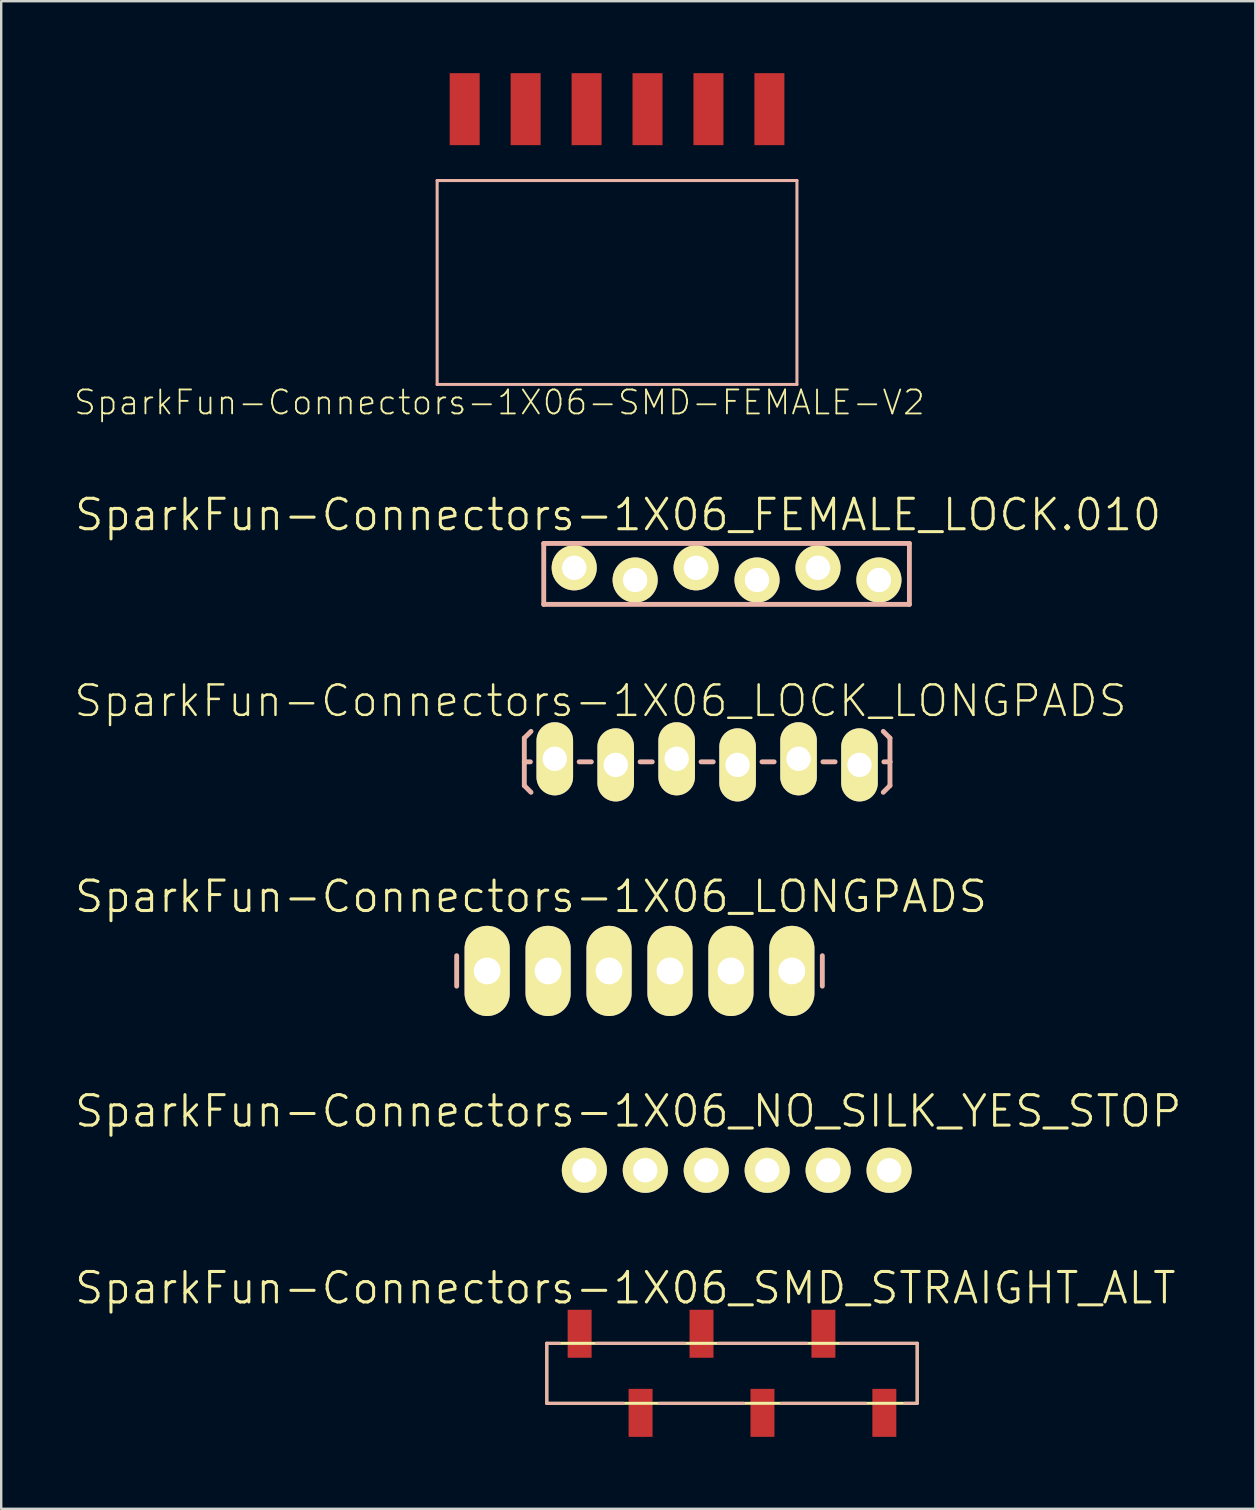
<source format=kicad_pcb>
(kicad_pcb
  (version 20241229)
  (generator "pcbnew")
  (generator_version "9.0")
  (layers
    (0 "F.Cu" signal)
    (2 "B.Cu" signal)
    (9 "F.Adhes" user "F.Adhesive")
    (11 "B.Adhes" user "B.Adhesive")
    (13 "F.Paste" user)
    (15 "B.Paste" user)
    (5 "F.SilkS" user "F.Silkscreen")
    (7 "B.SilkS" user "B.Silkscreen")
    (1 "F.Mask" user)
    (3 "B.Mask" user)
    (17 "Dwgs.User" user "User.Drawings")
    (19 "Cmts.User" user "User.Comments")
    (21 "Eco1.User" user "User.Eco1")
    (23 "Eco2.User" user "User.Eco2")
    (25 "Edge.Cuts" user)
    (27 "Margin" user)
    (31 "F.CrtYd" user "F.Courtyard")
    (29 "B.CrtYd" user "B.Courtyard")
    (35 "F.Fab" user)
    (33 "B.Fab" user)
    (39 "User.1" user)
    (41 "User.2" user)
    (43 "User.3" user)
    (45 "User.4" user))
  (footprint "SparkFun-Connectors-1X06_NO_SILK_YES_STOP"
    (layer "F.Cu")
    (at 21.306 45.727)
    (property "Reference" "SparkFun-Connectors-1X06_NO_SILK_YES_STOP" (at 1.829 -2.464 0) (layer "F.SilkS") (effects (font (size 1.27 1.27) (thickness 0.127))))
    (attr exclude_from_pos_files exclude_from_bom)
    (fp_line (start -0.254 -0.254) (end 0.254 -0.254) (stroke (width 0.066) (type solid)) (layer "F.SilkS"))
    (fp_line (start -0.254 0.254) (end -0.254 -0.254) (stroke (width 0.066) (type solid)) (layer "F.SilkS"))
    (fp_line (start -0.254 0.254) (end 0.254 0.254) (stroke (width 0.066) (type solid)) (layer "F.SilkS"))
    (fp_line (start 0.254 0.254) (end 0.254 -0.254) (stroke (width 0.066) (type solid)) (layer "F.SilkS"))
    (fp_line (start 2.286 -0.254) (end 2.794 -0.254) (stroke (width 0.066) (type solid)) (layer "F.SilkS"))
    (fp_line (start 2.286 0.254) (end 2.286 -0.254) (stroke (width 0.066) (type solid)) (layer "F.SilkS"))
    (fp_line (start 2.286 0.254) (end 2.794 0.254) (stroke (width 0.066) (type solid)) (layer "F.SilkS"))
    (fp_line (start 2.794 0.254) (end 2.794 -0.254) (stroke (width 0.066) (type solid)) (layer "F.SilkS"))
    (fp_line (start 4.826 -0.254) (end 5.334 -0.254) (stroke (width 0.066) (type solid)) (layer "F.SilkS"))
    (fp_line (start 4.826 0.254) (end 4.826 -0.254) (stroke (width 0.066) (type solid)) (layer "F.SilkS"))
    (fp_line (start 4.826 0.254) (end 5.334 0.254) (stroke (width 0.066) (type solid)) (layer "F.SilkS"))
    (fp_line (start 5.334 0.254) (end 5.334 -0.254) (stroke (width 0.066) (type solid)) (layer "F.SilkS"))
    (fp_line (start 7.366 -0.254) (end 7.874 -0.254) (stroke (width 0.066) (type solid)) (layer "F.SilkS"))
    (fp_line (start 7.366 0.254) (end 7.366 -0.254) (stroke (width 0.066) (type solid)) (layer "F.SilkS"))
    (fp_line (start 7.366 0.254) (end 7.874 0.254) (stroke (width 0.066) (type solid)) (layer "F.SilkS"))
    (fp_line (start 7.874 0.254) (end 7.874 -0.254) (stroke (width 0.066) (type solid)) (layer "F.SilkS"))
    (fp_line (start 9.906 -0.254) (end 10.414 -0.254) (stroke (width 0.066) (type solid)) (layer "F.SilkS"))
    (fp_line (start 9.906 0.254) (end 9.906 -0.254) (stroke (width 0.066) (type solid)) (layer "F.SilkS"))
    (fp_line (start 9.906 0.254) (end 10.414 0.254) (stroke (width 0.066) (type solid)) (layer "F.SilkS"))
    (fp_line (start 10.414 0.254) (end 10.414 -0.254) (stroke (width 0.066) (type solid)) (layer "F.SilkS"))
    (fp_line (start 12.446 -0.254) (end 12.954 -0.254) (stroke (width 0.066) (type solid)) (layer "F.SilkS"))
    (fp_line (start 12.446 0.254) (end 12.446 -0.254) (stroke (width 0.066) (type solid)) (layer "F.SilkS"))
    (fp_line (start 12.446 0.254) (end 12.954 0.254) (stroke (width 0.066) (type solid)) (layer "F.SilkS"))
    (fp_line (start 12.954 0.254) (end 12.954 -0.254) (stroke (width 0.066) (type solid)) (layer "F.SilkS"))
    (pad "1" thru_hole circle (at 0 0) (size 1.88 1.88) (drill 1.016) (layers "*.Cu" "F.Mask" "F.SilkS" "F.Paste"))
    (pad "2" thru_hole circle (at 2.54 0) (size 1.88 1.88) (drill 1.016) (layers "*.Cu" "F.Mask" "F.SilkS" "F.Paste"))
    (pad "3" thru_hole circle (at 5.08 0) (size 1.88 1.88) (drill 1.016) (layers "*.Cu" "F.Mask" "F.SilkS" "F.Paste"))
    (pad "4" thru_hole circle (at 7.62 0) (size 1.88 1.88) (drill 1.016) (layers "*.Cu" "F.Mask" "F.SilkS" "F.Paste"))
    (pad "5" thru_hole circle (at 10.16 0) (size 1.88 1.88) (drill 1.016) (layers "*.Cu" "F.Mask" "F.SilkS" "F.Paste"))
    (pad "6" thru_hole circle (at 12.7 0) (size 1.88 1.88) (drill 1.016) (layers "*.Cu" "F.Mask" "F.SilkS" "F.Paste")))
  (footprint "SparkFun-Connectors-1X06-SMD-FEMALE-V2"
    (layer "F.Cu")
    (at 22.668 4.924)
    (property "Reference" "SparkFun-Connectors-1X06-SMD-FEMALE-V2" (at -4.9 8.799 0) (layer "F.SilkS") (effects (font (size 0.998 0.998) (thickness 0.076))))
    (attr smd)
    (fp_line (start -7.498 -0.45) (end -7.498 8.049) (stroke (width 0.127) (type solid)) (layer "B.SilkS"))
    (fp_line (start -7.498 8.049) (end 7.498 8.049) (stroke (width 0.127) (type solid)) (layer "B.SilkS"))
    (fp_line (start 7.498 -0.45) (end -7.498 -0.45) (stroke (width 0.127) (type solid)) (layer "B.SilkS"))
    (fp_line (start 7.498 8.049) (end 7.498 -0.45) (stroke (width 0.127) (type solid)) (layer "B.SilkS"))
    (pad "1" smd rect (at 6.35 -3.424 180) (size 1.25 3) (layers "F.Cu" "F.Mask" "F.Paste"))
    (pad "2" smd rect (at 3.81 -3.424 180) (size 1.25 3) (layers "F.Cu" "F.Mask" "F.Paste"))
    (pad "3" smd rect (at 1.27 -3.424 180) (size 1.25 3) (layers "F.Cu" "F.Mask" "F.Paste"))
    (pad "4" smd rect (at -1.27 -3.424 180) (size 1.25 3) (layers "F.Cu" "F.Mask" "F.Paste"))
    (pad "5" smd rect (at -3.81 -3.424 180) (size 1.25 3) (layers "F.Cu" "F.Mask" "F.Paste"))
    (pad "6" smd rect (at -6.35 -3.424 180) (size 1.25 3) (layers "F.Cu" "F.Mask" "F.Paste")))
  (footprint "SparkFun-Connectors-1X06_LONGPADS"
    (layer "F.Cu")
    (at 17.254 37.418)
    (property "Reference" "SparkFun-Connectors-1X06_LONGPADS" (at 1.829 -3.099 0) (layer "F.SilkS") (effects (font (size 1.27 1.27) (thickness 0.127))))
    (attr exclude_from_pos_files exclude_from_bom)
    (fp_line (start -0.254 -0.254) (end 0.254 -0.254) (stroke (width 0.066) (type solid)) (layer "F.SilkS"))
    (fp_line (start -0.254 0.254) (end -0.254 -0.254) (stroke (width 0.066) (type solid)) (layer "F.SilkS"))
    (fp_line (start -0.254 0.254) (end 0.254 0.254) (stroke (width 0.066) (type solid)) (layer "F.SilkS"))
    (fp_line (start 0.254 0.254) (end 0.254 -0.254) (stroke (width 0.066) (type solid)) (layer "F.SilkS"))
    (fp_line (start 2.286 -0.254) (end 2.794 -0.254) (stroke (width 0.066) (type solid)) (layer "F.SilkS"))
    (fp_line (start 2.286 0.254) (end 2.286 -0.254) (stroke (width 0.066) (type solid)) (layer "F.SilkS"))
    (fp_line (start 2.286 0.254) (end 2.794 0.254) (stroke (width 0.066) (type solid)) (layer "F.SilkS"))
    (fp_line (start 2.794 0.254) (end 2.794 -0.254) (stroke (width 0.066) (type solid)) (layer "F.SilkS"))
    (fp_line (start 4.826 -0.254) (end 5.334 -0.254) (stroke (width 0.066) (type solid)) (layer "F.SilkS"))
    (fp_line (start 4.826 0.254) (end 4.826 -0.254) (stroke (width 0.066) (type solid)) (layer "F.SilkS"))
    (fp_line (start 4.826 0.254) (end 5.334 0.254) (stroke (width 0.066) (type solid)) (layer "F.SilkS"))
    (fp_line (start 5.334 0.254) (end 5.334 -0.254) (stroke (width 0.066) (type solid)) (layer "F.SilkS"))
    (fp_line (start 7.366 -0.254) (end 7.874 -0.254) (stroke (width 0.066) (type solid)) (layer "F.SilkS"))
    (fp_line (start 7.366 0.254) (end 7.366 -0.254) (stroke (width 0.066) (type solid)) (layer "F.SilkS"))
    (fp_line (start 7.366 0.254) (end 7.874 0.254) (stroke (width 0.066) (type solid)) (layer "F.SilkS"))
    (fp_line (start 7.874 0.254) (end 7.874 -0.254) (stroke (width 0.066) (type solid)) (layer "F.SilkS"))
    (fp_line (start 9.906 -0.254) (end 10.414 -0.254) (stroke (width 0.066) (type solid)) (layer "F.SilkS"))
    (fp_line (start 9.906 0.254) (end 9.906 -0.254) (stroke (width 0.066) (type solid)) (layer "F.SilkS"))
    (fp_line (start 9.906 0.254) (end 10.414 0.254) (stroke (width 0.066) (type solid)) (layer "F.SilkS"))
    (fp_line (start 10.414 0.254) (end 10.414 -0.254) (stroke (width 0.066) (type solid)) (layer "F.SilkS"))
    (fp_line (start 12.446 -0.254) (end 12.954 -0.254) (stroke (width 0.066) (type solid)) (layer "F.SilkS"))
    (fp_line (start 12.446 0.254) (end 12.446 -0.254) (stroke (width 0.066) (type solid)) (layer "F.SilkS"))
    (fp_line (start 12.446 0.254) (end 12.954 0.254) (stroke (width 0.066) (type solid)) (layer "F.SilkS"))
    (fp_line (start 12.954 0.254) (end 12.954 -0.254) (stroke (width 0.066) (type solid)) (layer "F.SilkS"))
    (fp_line (start -1.27 -0.635) (end -1.27 0.635) (stroke (width 0.203) (type solid)) (layer "B.SilkS"))
    (fp_line (start 13.97 -0.635) (end 13.97 0.635) (stroke (width 0.203) (type solid)) (layer "B.SilkS"))
    (pad "1" thru_hole oval (at 0 0 180) (size 1.88 3.759) (drill 1.118) (layers "*.Cu" "F.Mask" "F.SilkS" "F.Paste"))
    (pad "2" thru_hole oval (at 2.54 0 180) (size 1.88 3.759) (drill 1.118) (layers "*.Cu" "F.Mask" "F.SilkS" "F.Paste"))
    (pad "3" thru_hole oval (at 5.08 0 180) (size 1.88 3.759) (drill 1.118) (layers "*.Cu" "F.Mask" "F.SilkS" "F.Paste"))
    (pad "4" thru_hole oval (at 7.62 0 180) (size 1.88 3.759) (drill 1.118) (layers "*.Cu" "F.Mask" "F.SilkS" "F.Paste"))
    (pad "5" thru_hole oval (at 10.16 0 180) (size 1.88 3.759) (drill 1.118) (layers "*.Cu" "F.Mask" "F.SilkS" "F.Paste"))
    (pad "6" thru_hole oval (at 12.7 0 180) (size 1.88 3.759) (drill 1.118) (layers "*.Cu" "F.Mask" "F.SilkS" "F.Paste")))
  (footprint "SparkFun-Connectors-1X06_LOCK_LONGPADS"
    (layer "F.Cu")
    (at 20.073 28.576)
    (property "Reference" "SparkFun-Connectors-1X06_LOCK_LONGPADS" (at 1.905 -2.413 0) (layer "F.SilkS") (effects (font (size 1.27 1.27) (thickness 0.102))))
    (attr exclude_from_pos_files exclude_from_bom)
    (fp_line (start -0.292 -0.165) (end 0.292 -0.165) (stroke (width 0.066) (type solid)) (layer "F.SilkS"))
    (fp_line (start -0.292 0.419) (end -0.292 -0.165) (stroke (width 0.066) (type solid)) (layer "F.SilkS"))
    (fp_line (start -0.292 0.419) (end 0.292 0.419) (stroke (width 0.066) (type solid)) (layer "F.SilkS"))
    (fp_line (start 0.292 0.419) (end 0.292 -0.165) (stroke (width 0.066) (type solid)) (layer "F.SilkS"))
    (fp_line (start 2.248 -0.165) (end 2.832 -0.165) (stroke (width 0.066) (type solid)) (layer "F.SilkS"))
    (fp_line (start 2.248 0.419) (end 2.248 -0.165) (stroke (width 0.066) (type solid)) (layer "F.SilkS"))
    (fp_line (start 2.248 0.419) (end 2.832 0.419) (stroke (width 0.066) (type solid)) (layer "F.SilkS"))
    (fp_line (start 2.832 0.419) (end 2.832 -0.165) (stroke (width 0.066) (type solid)) (layer "F.SilkS"))
    (fp_line (start 4.788 -0.165) (end 5.372 -0.165) (stroke (width 0.066) (type solid)) (layer "F.SilkS"))
    (fp_line (start 4.788 0.419) (end 4.788 -0.165) (stroke (width 0.066) (type solid)) (layer "F.SilkS"))
    (fp_line (start 4.788 0.419) (end 5.372 0.419) (stroke (width 0.066) (type solid)) (layer "F.SilkS"))
    (fp_line (start 5.372 0.419) (end 5.372 -0.165) (stroke (width 0.066) (type solid)) (layer "F.SilkS"))
    (fp_line (start 7.328 -0.165) (end 7.912 -0.165) (stroke (width 0.066) (type solid)) (layer "F.SilkS"))
    (fp_line (start 7.328 0.419) (end 7.328 -0.165) (stroke (width 0.066) (type solid)) (layer "F.SilkS"))
    (fp_line (start 7.328 0.419) (end 7.912 0.419) (stroke (width 0.066) (type solid)) (layer "F.SilkS"))
    (fp_line (start 7.912 0.419) (end 7.912 -0.165) (stroke (width 0.066) (type solid)) (layer "F.SilkS"))
    (fp_line (start 9.868 -0.165) (end 10.452 -0.165) (stroke (width 0.066) (type solid)) (layer "F.SilkS"))
    (fp_line (start 9.868 0.419) (end 9.868 -0.165) (stroke (width 0.066) (type solid)) (layer "F.SilkS"))
    (fp_line (start 9.868 0.419) (end 10.452 0.419) (stroke (width 0.066) (type solid)) (layer "F.SilkS"))
    (fp_line (start 10.452 0.419) (end 10.452 -0.165) (stroke (width 0.066) (type solid)) (layer "F.SilkS"))
    (fp_line (start 12.408 -0.165) (end 12.992 -0.165) (stroke (width 0.066) (type solid)) (layer "F.SilkS"))
    (fp_line (start 12.408 0.419) (end 12.408 -0.165) (stroke (width 0.066) (type solid)) (layer "F.SilkS"))
    (fp_line (start 12.408 0.419) (end 12.992 0.419) (stroke (width 0.066) (type solid)) (layer "F.SilkS"))
    (fp_line (start 12.992 0.419) (end 12.992 -0.165) (stroke (width 0.066) (type solid)) (layer "F.SilkS"))
    (fp_line (start -1.27 -0.864) (end -0.991 -1.143) (stroke (width 0.203) (type solid)) (layer "B.SilkS"))
    (fp_line (start -1.27 0.127) (end -1.27 -0.864) (stroke (width 0.203) (type solid)) (layer "B.SilkS"))
    (fp_line (start -1.27 0.127) (end -1.27 1.118) (stroke (width 0.203) (type solid)) (layer "B.SilkS"))
    (fp_line (start -1.27 0.127) (end -1.016 0.127) (stroke (width 0.203) (type solid)) (layer "B.SilkS"))
    (fp_line (start -1.27 1.118) (end -0.991 1.397) (stroke (width 0.203) (type solid)) (layer "B.SilkS"))
    (fp_line (start 1.524 0.127) (end 1.016 0.127) (stroke (width 0.203) (type solid)) (layer "B.SilkS"))
    (fp_line (start 4.064 0.127) (end 3.556 0.127) (stroke (width 0.203) (type solid)) (layer "B.SilkS"))
    (fp_line (start 6.604 0.127) (end 6.096 0.127) (stroke (width 0.203) (type solid)) (layer "B.SilkS"))
    (fp_line (start 9.144 0.127) (end 8.636 0.127) (stroke (width 0.203) (type solid)) (layer "B.SilkS"))
    (fp_line (start 11.684 0.127) (end 11.176 0.127) (stroke (width 0.203) (type solid)) (layer "B.SilkS"))
    (fp_line (start 13.97 -0.864) (end 13.691 -1.143) (stroke (width 0.203) (type solid)) (layer "B.SilkS"))
    (fp_line (start 13.97 0.127) (end 13.716 0.127) (stroke (width 0.203) (type solid)) (layer "B.SilkS"))
    (fp_line (start 13.97 0.127) (end 13.97 -0.864) (stroke (width 0.203) (type solid)) (layer "B.SilkS"))
    (fp_line (start 13.97 0.127) (end 13.97 1.118) (stroke (width 0.203) (type solid)) (layer "B.SilkS"))
    (fp_line (start 13.97 1.118) (end 13.691 1.397) (stroke (width 0.203) (type solid)) (layer "B.SilkS"))
    (pad "1" thru_hole oval (at 0 0 180) (size 1.524 3.048) (drill 1.016) (layers "*.Cu" "F.Mask" "F.SilkS" "F.Paste"))
    (pad "2" thru_hole oval (at 2.54 0.254 180) (size 1.524 3.048) (drill 1.016) (layers "*.Cu" "F.Mask" "F.SilkS" "F.Paste"))
    (pad "3" thru_hole oval (at 5.08 0 180) (size 1.524 3.048) (drill 1.016) (layers "*.Cu" "F.Mask" "F.SilkS" "F.Paste"))
    (pad "4" thru_hole oval (at 7.62 0.254 180) (size 1.524 3.048) (drill 1.016) (layers "*.Cu" "F.Mask" "F.SilkS" "F.Paste"))
    (pad "5" thru_hole oval (at 10.16 0 180) (size 1.524 3.048) (drill 1.016) (layers "*.Cu" "F.Mask" "F.SilkS" "F.Paste"))
    (pad "6" thru_hole oval (at 12.7 0.254 180) (size 1.524 3.048) (drill 1.016) (layers "*.Cu" "F.Mask" "F.SilkS" "F.Paste")))
  (footprint "SparkFun-Connectors-1X06_SMD_STRAIGHT_ALT"
    (layer "F.Cu")
    (at 33.809 54.189)
    (property "Reference" "SparkFun-Connectors-1X06_SMD_STRAIGHT_ALT" (at -10.795 -3.556 0) (layer "F.SilkS") (effects (font (size 1.27 1.27) (thickness 0.127))))
    (attr smd)
    (fp_line (start -14.069 -1.25) (end -14.069 1.25) (stroke (width 0.127) (type solid)) (layer "F.SilkS"))
    (fp_line (start -14.069 1.25) (end 1.369 1.25) (stroke (width 0.127) (type solid)) (layer "F.SilkS"))
    (fp_line (start 1.369 -1.25) (end -14.069 -1.25) (stroke (width 0.127) (type solid)) (layer "F.SilkS"))
    (fp_line (start 1.369 1.25) (end 1.369 -1.25) (stroke (width 0.127) (type solid)) (layer "F.SilkS"))
    (fp_line (start -14.069 -1.25) (end -14.069 1.25) (stroke (width 0.127) (type solid)) (layer "B.SilkS"))
    (fp_line (start -14.069 1.25) (end -10.881 1.25) (stroke (width 0.127) (type solid)) (layer "B.SilkS"))
    (fp_line (start -13.548 -1.25) (end -14.069 -1.25) (stroke (width 0.127) (type solid)) (layer "B.SilkS"))
    (fp_line (start -9.37 1.25) (end -5.867 1.25) (stroke (width 0.127) (type solid)) (layer "B.SilkS"))
    (fp_line (start -8.321 -1.25) (end -11.996 -1.25) (stroke (width 0.127) (type solid)) (layer "B.SilkS"))
    (fp_line (start -4.29 1.25) (end -0.787 1.25) (stroke (width 0.127) (type solid)) (layer "B.SilkS"))
    (fp_line (start -3.241 -1.25) (end -6.916 -1.25) (stroke (width 0.127) (type solid)) (layer "B.SilkS"))
    (fp_line (start 0.848 1.25) (end 1.369 1.25) (stroke (width 0.127) (type solid)) (layer "B.SilkS"))
    (fp_line (start 1.369 -1.25) (end -1.816 -1.25) (stroke (width 0.127) (type solid)) (layer "B.SilkS"))
    (fp_line (start 1.369 1.25) (end 1.369 -1.25) (stroke (width 0.127) (type solid)) (layer "B.SilkS"))
    (pad "1" smd rect (at 0 1.648 270) (size 1.999 0.998) (layers "F.Cu" "F.Mask" "F.Paste"))
    (pad "2" smd rect (at -2.54 -1.648 270) (size 1.999 0.998) (layers "F.Cu" "F.Mask" "F.Paste"))
    (pad "3" smd rect (at -5.08 1.648 270) (size 1.999 0.998) (layers "F.Cu" "F.Mask" "F.Paste"))
    (pad "4" smd rect (at -7.62 -1.648 270) (size 1.999 0.998) (layers "F.Cu" "F.Mask" "F.Paste"))
    (pad "5" smd rect (at -10.16 1.648 270) (size 1.999 0.998) (layers "F.Cu" "F.Mask" "F.Paste"))
    (pad "6" smd rect (at -12.7 -1.648 270) (size 1.999 0.998) (layers "F.Cu" "F.Mask" "F.Paste")))
  (footprint "SparkFun-Connectors-1X06_FEMALE_LOCK.010"
    (layer "F.Cu")
    (at 20.883 20.87)
    (property "Reference" "SparkFun-Connectors-1X06_FEMALE_LOCK.010" (at 1.829 -2.464 0) (layer "F.SilkS") (effects (font (size 1.27 1.27) (thickness 0.127))))
    (attr exclude_from_pos_files exclude_from_bom)
    (fp_line (start -0.318 -0.191) (end 0.318 -0.191) (stroke (width 0.066) (type solid)) (layer "F.SilkS"))
    (fp_line (start -0.318 0.191) (end -0.318 -0.191) (stroke (width 0.066) (type solid)) (layer "F.SilkS"))
    (fp_line (start -0.318 0.191) (end 0.318 0.191) (stroke (width 0.066) (type solid)) (layer "F.SilkS"))
    (fp_line (start 0.318 0.191) (end 0.318 -0.191) (stroke (width 0.066) (type solid)) (layer "F.SilkS"))
    (fp_line (start 2.223 -0.191) (end 2.857 -0.191) (stroke (width 0.066) (type solid)) (layer "F.SilkS"))
    (fp_line (start 2.223 0.191) (end 2.223 -0.191) (stroke (width 0.066) (type solid)) (layer "F.SilkS"))
    (fp_line (start 2.223 0.191) (end 2.857 0.191) (stroke (width 0.066) (type solid)) (layer "F.SilkS"))
    (fp_line (start 2.857 0.191) (end 2.857 -0.191) (stroke (width 0.066) (type solid)) (layer "F.SilkS"))
    (fp_line (start 4.763 -0.191) (end 5.397 -0.191) (stroke (width 0.066) (type solid)) (layer "F.SilkS"))
    (fp_line (start 4.763 0.191) (end 4.763 -0.191) (stroke (width 0.066) (type solid)) (layer "F.SilkS"))
    (fp_line (start 4.763 0.191) (end 5.397 0.191) (stroke (width 0.066) (type solid)) (layer "F.SilkS"))
    (fp_line (start 5.397 0.191) (end 5.397 -0.191) (stroke (width 0.066) (type solid)) (layer "F.SilkS"))
    (fp_line (start 7.303 -0.191) (end 7.938 -0.191) (stroke (width 0.066) (type solid)) (layer "F.SilkS"))
    (fp_line (start 7.303 0.191) (end 7.303 -0.191) (stroke (width 0.066) (type solid)) (layer "F.SilkS"))
    (fp_line (start 7.303 0.191) (end 7.938 0.191) (stroke (width 0.066) (type solid)) (layer "F.SilkS"))
    (fp_line (start 7.938 0.191) (end 7.938 -0.191) (stroke (width 0.066) (type solid)) (layer "F.SilkS"))
    (fp_line (start 9.842 -0.191) (end 10.477 -0.191) (stroke (width 0.066) (type solid)) (layer "F.SilkS"))
    (fp_line (start 9.842 0.191) (end 9.842 -0.191) (stroke (width 0.066) (type solid)) (layer "F.SilkS"))
    (fp_line (start 9.842 0.191) (end 10.477 0.191) (stroke (width 0.066) (type solid)) (layer "F.SilkS"))
    (fp_line (start 10.477 0.191) (end 10.477 -0.191) (stroke (width 0.066) (type solid)) (layer "F.SilkS"))
    (fp_line (start 12.383 -0.191) (end 13.018 -0.191) (stroke (width 0.066) (type solid)) (layer "F.SilkS"))
    (fp_line (start 12.383 0.191) (end 12.383 -0.191) (stroke (width 0.066) (type solid)) (layer "F.SilkS"))
    (fp_line (start 12.383 0.191) (end 13.018 0.191) (stroke (width 0.066) (type solid)) (layer "F.SilkS"))
    (fp_line (start 13.018 0.191) (end 13.018 -0.191) (stroke (width 0.066) (type solid)) (layer "F.SilkS"))
    (fp_line (start -1.27 -1.27) (end -1.27 1.27) (stroke (width 0.203) (type solid)) (layer "B.SilkS"))
    (fp_line (start -1.27 -1.27) (end 13.97 -1.27) (stroke (width 0.203) (type solid)) (layer "B.SilkS"))
    (fp_line (start 13.97 -1.27) (end 13.97 1.27) (stroke (width 0.203) (type solid)) (layer "B.SilkS"))
    (fp_line (start 13.97 1.27) (end -1.27 1.27) (stroke (width 0.203) (type solid)) (layer "B.SilkS"))
    (pad "1" thru_hole circle (at 0 -0.254) (size 1.88 1.88) (drill 1.016) (layers "*.Cu" "F.Mask" "F.SilkS" "F.Paste"))
    (pad "2" thru_hole circle (at 2.54 0.254) (size 1.88 1.88) (drill 1.016) (layers "*.Cu" "F.Mask" "F.SilkS" "F.Paste"))
    (pad "3" thru_hole circle (at 5.08 -0.254) (size 1.88 1.88) (drill 1.016) (layers "*.Cu" "F.Mask" "F.SilkS" "F.Paste"))
    (pad "4" thru_hole circle (at 7.62 0.254) (size 1.88 1.88) (drill 1.016) (layers "*.Cu" "F.Mask" "F.SilkS" "F.Paste"))
    (pad "5" thru_hole circle (at 10.16 -0.254) (size 1.88 1.88) (drill 1.016) (layers "*.Cu" "F.Mask" "F.SilkS" "F.Paste"))
    (pad "6" thru_hole circle (at 12.7 0.254) (size 1.88 1.88) (drill 1.016) (layers "*.Cu" "F.Mask" "F.SilkS" "F.Paste")))
  (gr_rect
    (start -3 -3)
    (end 49.27 59.837)
    (stroke (width 0.1) (type default))
    (fill no)
    (layer "Edge.Cuts")))
</source>
